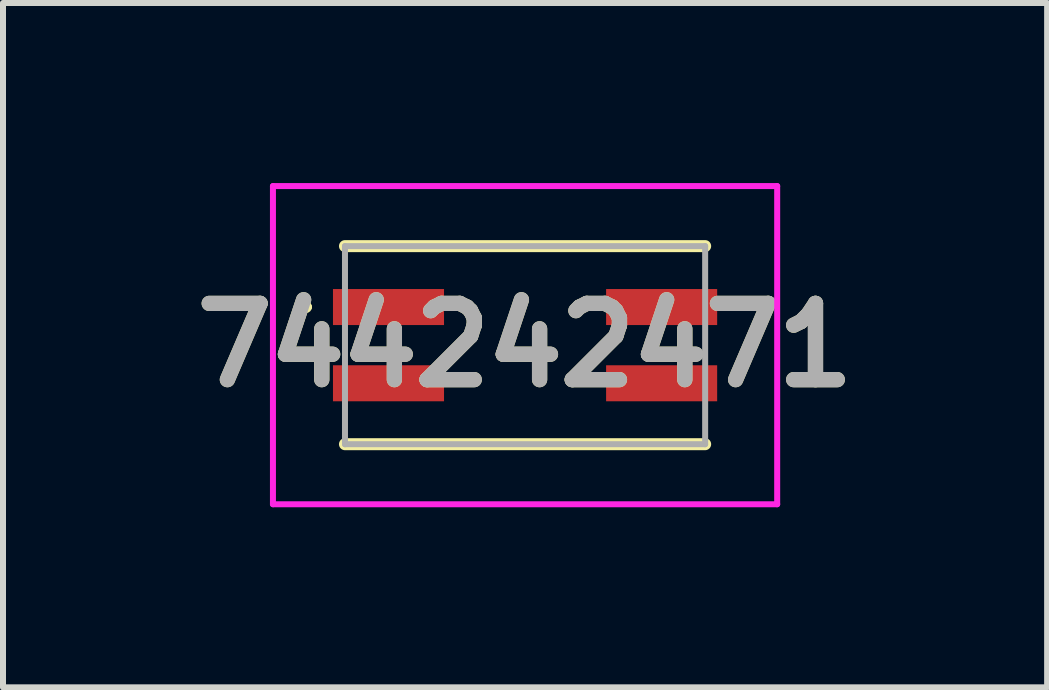
<source format=kicad_pcb>
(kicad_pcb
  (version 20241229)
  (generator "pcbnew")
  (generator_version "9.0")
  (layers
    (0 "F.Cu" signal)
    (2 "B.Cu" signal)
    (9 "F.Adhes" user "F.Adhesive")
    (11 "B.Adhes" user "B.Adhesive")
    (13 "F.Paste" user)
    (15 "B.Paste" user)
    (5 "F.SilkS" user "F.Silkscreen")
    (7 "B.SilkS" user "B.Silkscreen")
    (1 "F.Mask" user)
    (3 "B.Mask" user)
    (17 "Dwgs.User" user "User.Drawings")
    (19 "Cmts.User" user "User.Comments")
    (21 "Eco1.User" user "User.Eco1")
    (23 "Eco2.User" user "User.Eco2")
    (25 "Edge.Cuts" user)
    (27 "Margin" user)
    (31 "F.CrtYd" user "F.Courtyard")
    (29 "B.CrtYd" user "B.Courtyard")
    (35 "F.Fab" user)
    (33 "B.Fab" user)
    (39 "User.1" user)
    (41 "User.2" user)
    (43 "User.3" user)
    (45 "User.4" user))
  (footprint "744242471"
    (layer "F.Cu")
    (at 5.697 2.7)
    (property "Reference" "744242471" (at 0 0 0) (layer "F.SilkS") (effects (font (size 1.27 1.27) (thickness 0.254))))
    (attr smd)
    (fp_line (start -3.7 -0.635) (end -3.7 -0.635) (stroke (width 0.1) (type solid)) (layer "F.SilkS"))
    (fp_line (start -3.6 -0.635) (end -3.6 -0.635) (stroke (width 0.1) (type solid)) (layer "F.SilkS"))
    (fp_line (start -3 -1.65) (end 3 -1.65) (stroke (width 0.2) (type solid)) (layer "F.SilkS"))
    (fp_line (start -3 1.65) (end 3 1.65) (stroke (width 0.2) (type solid)) (layer "F.SilkS"))
    (fp_arc (start -3.7 -0.635) (mid -3.65 -0.685) (end -3.6 -0.635) (stroke (width 0.1) (type solid)) (layer "F.SilkS"))
    (fp_arc (start -3.6 -0.635) (mid -3.65 -0.585) (end -3.7 -0.635) (stroke (width 0.1) (type solid)) (layer "F.SilkS"))
    (fp_line (start -4.2 -2.65) (end 4.2 -2.65) (stroke (width 0.1) (type solid)) (layer "F.CrtYd"))
    (fp_line (start -4.2 2.65) (end -4.2 -2.65) (stroke (width 0.1) (type solid)) (layer "F.CrtYd"))
    (fp_line (start 4.2 -2.65) (end 4.2 2.65) (stroke (width 0.1) (type solid)) (layer "F.CrtYd"))
    (fp_line (start 4.2 2.65) (end -4.2 2.65) (stroke (width 0.1) (type solid)) (layer "F.CrtYd"))
    (fp_line (start -3 -1.65) (end 3 -1.65) (stroke (width 0.1) (type solid)) (layer "F.Fab"))
    (fp_line (start -3 1.65) (end -3 -1.65) (stroke (width 0.1) (type solid)) (layer "F.Fab"))
    (fp_line (start 3 -1.65) (end 3 1.65) (stroke (width 0.1) (type solid)) (layer "F.Fab"))
    (fp_line (start 3 1.65) (end -3 1.65) (stroke (width 0.1) (type solid)) (layer "F.Fab"))
    (fp_text user "${REFERENCE}" (at 0 0 0) (layer "F.Fab") (effects (font (size 1.27 1.27) (thickness 0.254))))
    (pad "1" smd rect (at -2.275 -0.635 90) (size 0.6 1.85) (layers "F.Cu" "F.Mask" "F.Paste"))
    (pad "2" smd rect (at -2.275 0.635 90) (size 0.6 1.85) (layers "F.Cu" "F.Mask" "F.Paste"))
    (pad "3" smd rect (at 2.275 0.635 90) (size 0.6 1.85) (layers "F.Cu" "F.Mask" "F.Paste"))
    (pad "4" smd rect (at 2.275 -0.635 90) (size 0.6 1.85) (layers "F.Cu" "F.Mask" "F.Paste")))
  (gr_rect
    (start -3 -3)
    (end 14.394 8.4)
    (stroke (width 0.1) (type default))
    (fill no)
    (layer "Edge.Cuts")))
</source>
